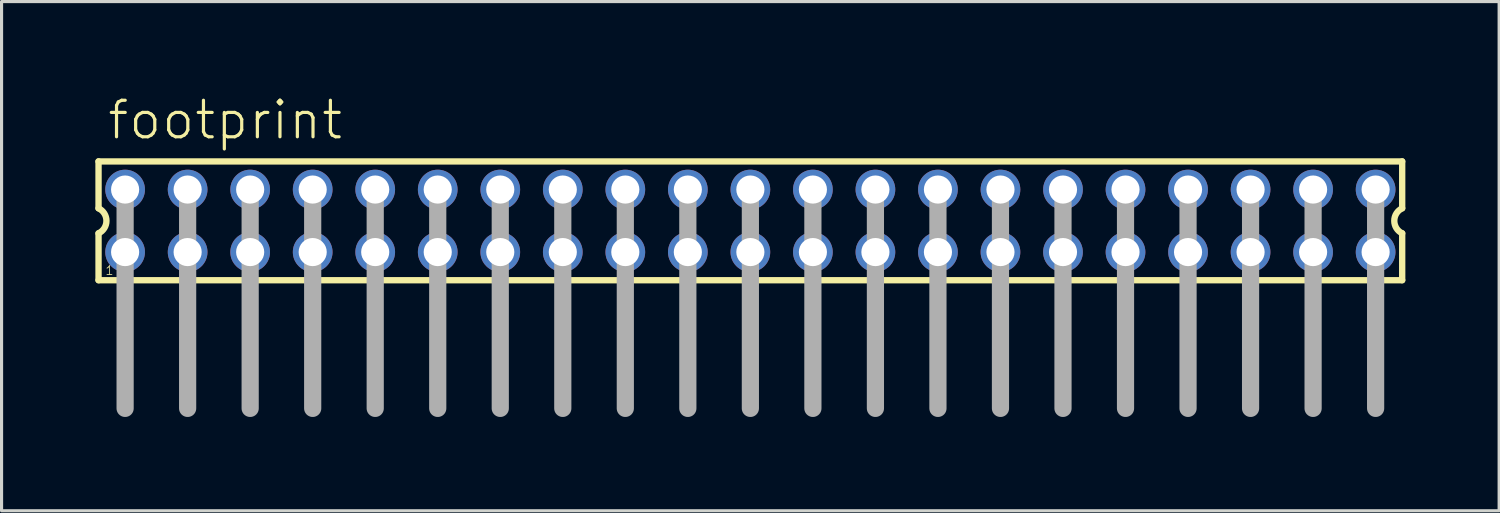
<source format=kicad_pcb>
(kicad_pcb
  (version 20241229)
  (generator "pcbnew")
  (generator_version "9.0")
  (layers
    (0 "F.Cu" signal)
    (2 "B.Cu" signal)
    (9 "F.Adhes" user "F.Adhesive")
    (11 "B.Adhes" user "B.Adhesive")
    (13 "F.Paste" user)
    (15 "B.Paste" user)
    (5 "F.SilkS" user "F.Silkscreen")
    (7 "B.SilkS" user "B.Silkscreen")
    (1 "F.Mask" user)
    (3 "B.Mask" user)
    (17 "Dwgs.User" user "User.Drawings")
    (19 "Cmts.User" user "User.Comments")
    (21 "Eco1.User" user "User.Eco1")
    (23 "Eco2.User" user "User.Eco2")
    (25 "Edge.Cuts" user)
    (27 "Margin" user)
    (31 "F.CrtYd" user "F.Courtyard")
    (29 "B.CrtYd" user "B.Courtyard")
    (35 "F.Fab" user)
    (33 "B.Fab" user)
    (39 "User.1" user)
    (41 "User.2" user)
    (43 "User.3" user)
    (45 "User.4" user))
  (footprint "footprint"
    (layer "F.Cu")
    (at 20.952 4.013)
    (property "Reference" "footprint" (at -20.62 -2.54 0) (layer "F.SilkS") (effects (font (size 1.168 1.168) (thickness 0.102)) (justify left bottom)))
    (fp_line (start -20.85 -1.9) (end -20.85 -0.4) (stroke (width 0.203) (type solid)) (layer "F.SilkS"))
    (fp_line (start -20.85 0.4) (end -20.85 1.9) (stroke (width 0.203) (type solid)) (layer "F.SilkS"))
    (fp_line (start -20.85 1.9) (end 20.85 1.9) (stroke (width 0.203) (type solid)) (layer "F.SilkS"))
    (fp_line (start 20.85 -1.9) (end -20.85 -1.9) (stroke (width 0.203) (type solid)) (layer "F.SilkS"))
    (fp_line (start 20.85 -0.4) (end 20.85 -1.9) (stroke (width 0.203) (type solid)) (layer "F.SilkS"))
    (fp_line (start 20.85 1.9) (end 20.85 0.4) (stroke (width 0.203) (type solid)) (layer "F.SilkS"))
    (fp_arc (start -20.85 -0.4) (mid -20.597167 0) (end -20.85 0.4) (stroke (width 0.2032) (type solid)) (layer "F.SilkS"))
    (fp_arc (start 20.85 0.4) (mid 20.597167 0) (end 20.85 -0.4) (stroke (width 0.2032) (type solid)) (layer "F.SilkS"))
    (fp_line (start -20 -1) (end -20 6) (stroke (width 0.55) (type solid)) (layer "F.Fab"))
    (fp_line (start -18 -1) (end -18 6) (stroke (width 0.55) (type solid)) (layer "F.Fab"))
    (fp_line (start -16 -1) (end -16 6) (stroke (width 0.55) (type solid)) (layer "F.Fab"))
    (fp_line (start -14 -1) (end -14 6) (stroke (width 0.55) (type solid)) (layer "F.Fab"))
    (fp_line (start -12 -1) (end -12 6) (stroke (width 0.55) (type solid)) (layer "F.Fab"))
    (fp_line (start -10 -1) (end -10 6) (stroke (width 0.55) (type solid)) (layer "F.Fab"))
    (fp_line (start -8 -1) (end -8 6) (stroke (width 0.55) (type solid)) (layer "F.Fab"))
    (fp_line (start -6 -1) (end -6 6) (stroke (width 0.55) (type solid)) (layer "F.Fab"))
    (fp_line (start -4 -1) (end -4 6) (stroke (width 0.55) (type solid)) (layer "F.Fab"))
    (fp_line (start -2 -1) (end -2 6) (stroke (width 0.55) (type solid)) (layer "F.Fab"))
    (fp_line (start 0 -1) (end 0 6) (stroke (width 0.55) (type solid)) (layer "F.Fab"))
    (fp_line (start 2 -1) (end 2 6) (stroke (width 0.55) (type solid)) (layer "F.Fab"))
    (fp_line (start 4 -1) (end 4 6) (stroke (width 0.55) (type solid)) (layer "F.Fab"))
    (fp_line (start 6 -1) (end 6 6) (stroke (width 0.55) (type solid)) (layer "F.Fab"))
    (fp_line (start 8 -1) (end 8 6) (stroke (width 0.55) (type solid)) (layer "F.Fab"))
    (fp_line (start 10 -1) (end 10 6) (stroke (width 0.55) (type solid)) (layer "F.Fab"))
    (fp_line (start 12 -1) (end 12 6) (stroke (width 0.55) (type solid)) (layer "F.Fab"))
    (fp_line (start 14 -1) (end 14 6) (stroke (width 0.55) (type solid)) (layer "F.Fab"))
    (fp_line (start 16 -1) (end 16 6) (stroke (width 0.55) (type solid)) (layer "F.Fab"))
    (fp_line (start 18 -1) (end 18 6) (stroke (width 0.55) (type solid)) (layer "F.Fab"))
    (fp_line (start 20 -1) (end 20 6) (stroke (width 0.55) (type solid)) (layer "F.Fab"))
    (fp_poly (pts (xy -20.25 -0.75) (xy -19.75 -0.75) (xy -19.75 -1.25) (xy -20.25 -1.25)) (stroke (width 0.1) (type solid)) (fill no) (layer "F.Fab"))
    (fp_poly (pts (xy -20.25 1.25) (xy -19.75 1.25) (xy -19.75 0.75) (xy -20.25 0.75)) (stroke (width 0.1) (type solid)) (fill no) (layer "F.Fab"))
    (fp_poly (pts (xy -18.25 -0.75) (xy -17.75 -0.75) (xy -17.75 -1.25) (xy -18.25 -1.25)) (stroke (width 0.1) (type solid)) (fill no) (layer "F.Fab"))
    (fp_poly (pts (xy -18.25 1.25) (xy -17.75 1.25) (xy -17.75 0.75) (xy -18.25 0.75)) (stroke (width 0.1) (type solid)) (fill no) (layer "F.Fab"))
    (fp_poly (pts (xy -16.25 -0.75) (xy -15.75 -0.75) (xy -15.75 -1.25) (xy -16.25 -1.25)) (stroke (width 0.1) (type solid)) (fill no) (layer "F.Fab"))
    (fp_poly (pts (xy -16.25 1.25) (xy -15.75 1.25) (xy -15.75 0.75) (xy -16.25 0.75)) (stroke (width 0.1) (type solid)) (fill no) (layer "F.Fab"))
    (fp_poly (pts (xy -14.25 -0.75) (xy -13.75 -0.75) (xy -13.75 -1.25) (xy -14.25 -1.25)) (stroke (width 0.1) (type solid)) (fill no) (layer "F.Fab"))
    (fp_poly (pts (xy -14.25 1.25) (xy -13.75 1.25) (xy -13.75 0.75) (xy -14.25 0.75)) (stroke (width 0.1) (type solid)) (fill no) (layer "F.Fab"))
    (fp_poly (pts (xy -12.25 -0.75) (xy -11.75 -0.75) (xy -11.75 -1.25) (xy -12.25 -1.25)) (stroke (width 0.1) (type solid)) (fill no) (layer "F.Fab"))
    (fp_poly (pts (xy -12.25 1.25) (xy -11.75 1.25) (xy -11.75 0.75) (xy -12.25 0.75)) (stroke (width 0.1) (type solid)) (fill no) (layer "F.Fab"))
    (fp_poly (pts (xy -10.25 -0.75) (xy -9.75 -0.75) (xy -9.75 -1.25) (xy -10.25 -1.25)) (stroke (width 0.1) (type solid)) (fill no) (layer "F.Fab"))
    (fp_poly (pts (xy -10.25 1.25) (xy -9.75 1.25) (xy -9.75 0.75) (xy -10.25 0.75)) (stroke (width 0.1) (type solid)) (fill no) (layer "F.Fab"))
    (fp_poly (pts (xy -8.25 -0.75) (xy -7.75 -0.75) (xy -7.75 -1.25) (xy -8.25 -1.25)) (stroke (width 0.1) (type solid)) (fill no) (layer "F.Fab"))
    (fp_poly (pts (xy -8.25 1.25) (xy -7.75 1.25) (xy -7.75 0.75) (xy -8.25 0.75)) (stroke (width 0.1) (type solid)) (fill no) (layer "F.Fab"))
    (fp_poly (pts (xy -6.25 -0.75) (xy -5.75 -0.75) (xy -5.75 -1.25) (xy -6.25 -1.25)) (stroke (width 0.1) (type solid)) (fill no) (layer "F.Fab"))
    (fp_poly (pts (xy -6.25 1.25) (xy -5.75 1.25) (xy -5.75 0.75) (xy -6.25 0.75)) (stroke (width 0.1) (type solid)) (fill no) (layer "F.Fab"))
    (fp_poly (pts (xy -4.25 -0.75) (xy -3.75 -0.75) (xy -3.75 -1.25) (xy -4.25 -1.25)) (stroke (width 0.1) (type solid)) (fill no) (layer "F.Fab"))
    (fp_poly (pts (xy -4.25 1.25) (xy -3.75 1.25) (xy -3.75 0.75) (xy -4.25 0.75)) (stroke (width 0.1) (type solid)) (fill no) (layer "F.Fab"))
    (fp_poly (pts (xy -2.25 -0.75) (xy -1.75 -0.75) (xy -1.75 -1.25) (xy -2.25 -1.25)) (stroke (width 0.1) (type solid)) (fill no) (layer "F.Fab"))
    (fp_poly (pts (xy -2.25 1.25) (xy -1.75 1.25) (xy -1.75 0.75) (xy -2.25 0.75)) (stroke (width 0.1) (type solid)) (fill no) (layer "F.Fab"))
    (fp_poly (pts (xy -0.25 -0.75) (xy 0.25 -0.75) (xy 0.25 -1.25) (xy -0.25 -1.25)) (stroke (width 0.1) (type solid)) (fill no) (layer "F.Fab"))
    (fp_poly (pts (xy -0.25 1.25) (xy 0.25 1.25) (xy 0.25 0.75) (xy -0.25 0.75)) (stroke (width 0.1) (type solid)) (fill no) (layer "F.Fab"))
    (fp_poly (pts (xy 1.75 -0.75) (xy 2.25 -0.75) (xy 2.25 -1.25) (xy 1.75 -1.25)) (stroke (width 0.1) (type solid)) (fill no) (layer "F.Fab"))
    (fp_poly (pts (xy 1.75 1.25) (xy 2.25 1.25) (xy 2.25 0.75) (xy 1.75 0.75)) (stroke (width 0.1) (type solid)) (fill no) (layer "F.Fab"))
    (fp_poly (pts (xy 3.75 -0.75) (xy 4.25 -0.75) (xy 4.25 -1.25) (xy 3.75 -1.25)) (stroke (width 0.1) (type solid)) (fill no) (layer "F.Fab"))
    (fp_poly (pts (xy 3.75 1.25) (xy 4.25 1.25) (xy 4.25 0.75) (xy 3.75 0.75)) (stroke (width 0.1) (type solid)) (fill no) (layer "F.Fab"))
    (fp_poly (pts (xy 5.75 -0.75) (xy 6.25 -0.75) (xy 6.25 -1.25) (xy 5.75 -1.25)) (stroke (width 0.1) (type solid)) (fill no) (layer "F.Fab"))
    (fp_poly (pts (xy 5.75 1.25) (xy 6.25 1.25) (xy 6.25 0.75) (xy 5.75 0.75)) (stroke (width 0.1) (type solid)) (fill no) (layer "F.Fab"))
    (fp_poly (pts (xy 7.75 -0.75) (xy 8.25 -0.75) (xy 8.25 -1.25) (xy 7.75 -1.25)) (stroke (width 0.1) (type solid)) (fill no) (layer "F.Fab"))
    (fp_poly (pts (xy 7.75 1.25) (xy 8.25 1.25) (xy 8.25 0.75) (xy 7.75 0.75)) (stroke (width 0.1) (type solid)) (fill no) (layer "F.Fab"))
    (fp_poly (pts (xy 9.75 -0.75) (xy 10.25 -0.75) (xy 10.25 -1.25) (xy 9.75 -1.25)) (stroke (width 0.1) (type solid)) (fill no) (layer "F.Fab"))
    (fp_poly (pts (xy 9.75 1.25) (xy 10.25 1.25) (xy 10.25 0.75) (xy 9.75 0.75)) (stroke (width 0.1) (type solid)) (fill no) (layer "F.Fab"))
    (fp_poly (pts (xy 11.75 -0.75) (xy 12.25 -0.75) (xy 12.25 -1.25) (xy 11.75 -1.25)) (stroke (width 0.1) (type solid)) (fill no) (layer "F.Fab"))
    (fp_poly (pts (xy 11.75 1.25) (xy 12.25 1.25) (xy 12.25 0.75) (xy 11.75 0.75)) (stroke (width 0.1) (type solid)) (fill no) (layer "F.Fab"))
    (fp_poly (pts (xy 13.75 -0.75) (xy 14.25 -0.75) (xy 14.25 -1.25) (xy 13.75 -1.25)) (stroke (width 0.1) (type solid)) (fill no) (layer "F.Fab"))
    (fp_poly (pts (xy 13.75 1.25) (xy 14.25 1.25) (xy 14.25 0.75) (xy 13.75 0.75)) (stroke (width 0.1) (type solid)) (fill no) (layer "F.Fab"))
    (fp_poly (pts (xy 15.75 -0.75) (xy 16.25 -0.75) (xy 16.25 -1.25) (xy 15.75 -1.25)) (stroke (width 0.1) (type solid)) (fill no) (layer "F.Fab"))
    (fp_poly (pts (xy 15.75 1.25) (xy 16.25 1.25) (xy 16.25 0.75) (xy 15.75 0.75)) (stroke (width 0.1) (type solid)) (fill no) (layer "F.Fab"))
    (fp_poly (pts (xy 17.75 -0.75) (xy 18.25 -0.75) (xy 18.25 -1.25) (xy 17.75 -1.25)) (stroke (width 0.1) (type solid)) (fill no) (layer "F.Fab"))
    (fp_poly (pts (xy 17.75 1.25) (xy 18.25 1.25) (xy 18.25 0.75) (xy 17.75 0.75)) (stroke (width 0.1) (type solid)) (fill no) (layer "F.Fab"))
    (fp_poly (pts (xy 19.75 -0.75) (xy 20.25 -0.75) (xy 20.25 -1.25) (xy 19.75 -1.25)) (stroke (width 0.1) (type solid)) (fill no) (layer "F.Fab"))
    (fp_poly (pts (xy 19.75 1.25) (xy 20.25 1.25) (xy 20.25 0.75) (xy 19.75 0.75)) (stroke (width 0.1) (type solid)) (fill no) (layer "F.Fab"))
    (fp_text user "1" (at -20.65 1.75 0) (layer "F.SilkS") (effects (font (size 0.28 0.28) (thickness 0.024)) (justify left bottom)))
    (pad "1" thru_hole circle (at -20 1) (size 1.27 1.27) (drill 0.9) (layers "*.Cu" "*.Mask"))
    (pad "2" thru_hole circle (at -20 -1) (size 1.27 1.27) (drill 0.9) (layers "*.Cu" "*.Mask"))
    (pad "3" thru_hole circle (at -18 1) (size 1.27 1.27) (drill 0.9) (layers "*.Cu" "*.Mask"))
    (pad "4" thru_hole circle (at -18 -1) (size 1.27 1.27) (drill 0.9) (layers "*.Cu" "*.Mask"))
    (pad "5" thru_hole circle (at -16 1) (size 1.27 1.27) (drill 0.9) (layers "*.Cu" "*.Mask"))
    (pad "6" thru_hole circle (at -16 -1) (size 1.27 1.27) (drill 0.9) (layers "*.Cu" "*.Mask"))
    (pad "7" thru_hole circle (at -14 1) (size 1.27 1.27) (drill 0.9) (layers "*.Cu" "*.Mask"))
    (pad "8" thru_hole circle (at -14 -1) (size 1.27 1.27) (drill 0.9) (layers "*.Cu" "*.Mask"))
    (pad "9" thru_hole circle (at -12 1) (size 1.27 1.27) (drill 0.9) (layers "*.Cu" "*.Mask"))
    (pad "10" thru_hole circle (at -12 -1) (size 1.27 1.27) (drill 0.9) (layers "*.Cu" "*.Mask"))
    (pad "11" thru_hole circle (at -10 1) (size 1.27 1.27) (drill 0.9) (layers "*.Cu" "*.Mask"))
    (pad "12" thru_hole circle (at -10 -1) (size 1.27 1.27) (drill 0.9) (layers "*.Cu" "*.Mask"))
    (pad "13" thru_hole circle (at -8 1) (size 1.27 1.27) (drill 0.9) (layers "*.Cu" "*.Mask"))
    (pad "14" thru_hole circle (at -8 -1) (size 1.27 1.27) (drill 0.9) (layers "*.Cu" "*.Mask"))
    (pad "15" thru_hole circle (at -6 1) (size 1.27 1.27) (drill 0.9) (layers "*.Cu" "*.Mask"))
    (pad "16" thru_hole circle (at -6 -1) (size 1.27 1.27) (drill 0.9) (layers "*.Cu" "*.Mask"))
    (pad "17" thru_hole circle (at -4 1) (size 1.27 1.27) (drill 0.9) (layers "*.Cu" "*.Mask"))
    (pad "18" thru_hole circle (at -4 -1) (size 1.27 1.27) (drill 0.9) (layers "*.Cu" "*.Mask"))
    (pad "19" thru_hole circle (at -2 1) (size 1.27 1.27) (drill 0.9) (layers "*.Cu" "*.Mask"))
    (pad "20" thru_hole circle (at -2 -1) (size 1.27 1.27) (drill 0.9) (layers "*.Cu" "*.Mask"))
    (pad "21" thru_hole circle (at 0 1) (size 1.27 1.27) (drill 0.9) (layers "*.Cu" "*.Mask"))
    (pad "22" thru_hole circle (at 0 -1) (size 1.27 1.27) (drill 0.9) (layers "*.Cu" "*.Mask"))
    (pad "23" thru_hole circle (at 2 1) (size 1.27 1.27) (drill 0.9) (layers "*.Cu" "*.Mask"))
    (pad "24" thru_hole circle (at 2 -1) (size 1.27 1.27) (drill 0.9) (layers "*.Cu" "*.Mask"))
    (pad "25" thru_hole circle (at 4 1) (size 1.27 1.27) (drill 0.9) (layers "*.Cu" "*.Mask"))
    (pad "26" thru_hole circle (at 4 -1) (size 1.27 1.27) (drill 0.9) (layers "*.Cu" "*.Mask"))
    (pad "27" thru_hole circle (at 6 1) (size 1.27 1.27) (drill 0.9) (layers "*.Cu" "*.Mask"))
    (pad "28" thru_hole circle (at 6 -1) (size 1.27 1.27) (drill 0.9) (layers "*.Cu" "*.Mask"))
    (pad "29" thru_hole circle (at 8 1) (size 1.27 1.27) (drill 0.9) (layers "*.Cu" "*.Mask"))
    (pad "30" thru_hole circle (at 8 -1) (size 1.27 1.27) (drill 0.9) (layers "*.Cu" "*.Mask"))
    (pad "31" thru_hole circle (at 10 1) (size 1.27 1.27) (drill 0.9) (layers "*.Cu" "*.Mask"))
    (pad "32" thru_hole circle (at 10 -1) (size 1.27 1.27) (drill 0.9) (layers "*.Cu" "*.Mask"))
    (pad "33" thru_hole circle (at 12 1) (size 1.27 1.27) (drill 0.9) (layers "*.Cu" "*.Mask"))
    (pad "34" thru_hole circle (at 12 -1) (size 1.27 1.27) (drill 0.9) (layers "*.Cu" "*.Mask"))
    (pad "35" thru_hole circle (at 14 1) (size 1.27 1.27) (drill 0.9) (layers "*.Cu" "*.Mask"))
    (pad "36" thru_hole circle (at 14 -1) (size 1.27 1.27) (drill 0.9) (layers "*.Cu" "*.Mask"))
    (pad "37" thru_hole circle (at 16 1) (size 1.27 1.27) (drill 0.9) (layers "*.Cu" "*.Mask"))
    (pad "38" thru_hole circle (at 16 -1) (size 1.27 1.27) (drill 0.9) (layers "*.Cu" "*.Mask"))
    (pad "39" thru_hole circle (at 18 1) (size 1.27 1.27) (drill 0.9) (layers "*.Cu" "*.Mask"))
    (pad "40" thru_hole circle (at 18 -1) (size 1.27 1.27) (drill 0.9) (layers "*.Cu" "*.Mask"))
    (pad "41" thru_hole circle (at 20 1) (size 1.27 1.27) (drill 0.9) (layers "*.Cu" "*.Mask"))
    (pad "42" thru_hole circle (at 20 -1) (size 1.27 1.27) (drill 0.9) (layers "*.Cu" "*.Mask")))
  (gr_rect
    (start -3 -3)
    (end 44.903 13.288)
    (stroke (width 0.1) (type default))
    (fill no)
    (layer "Edge.Cuts")))
</source>
